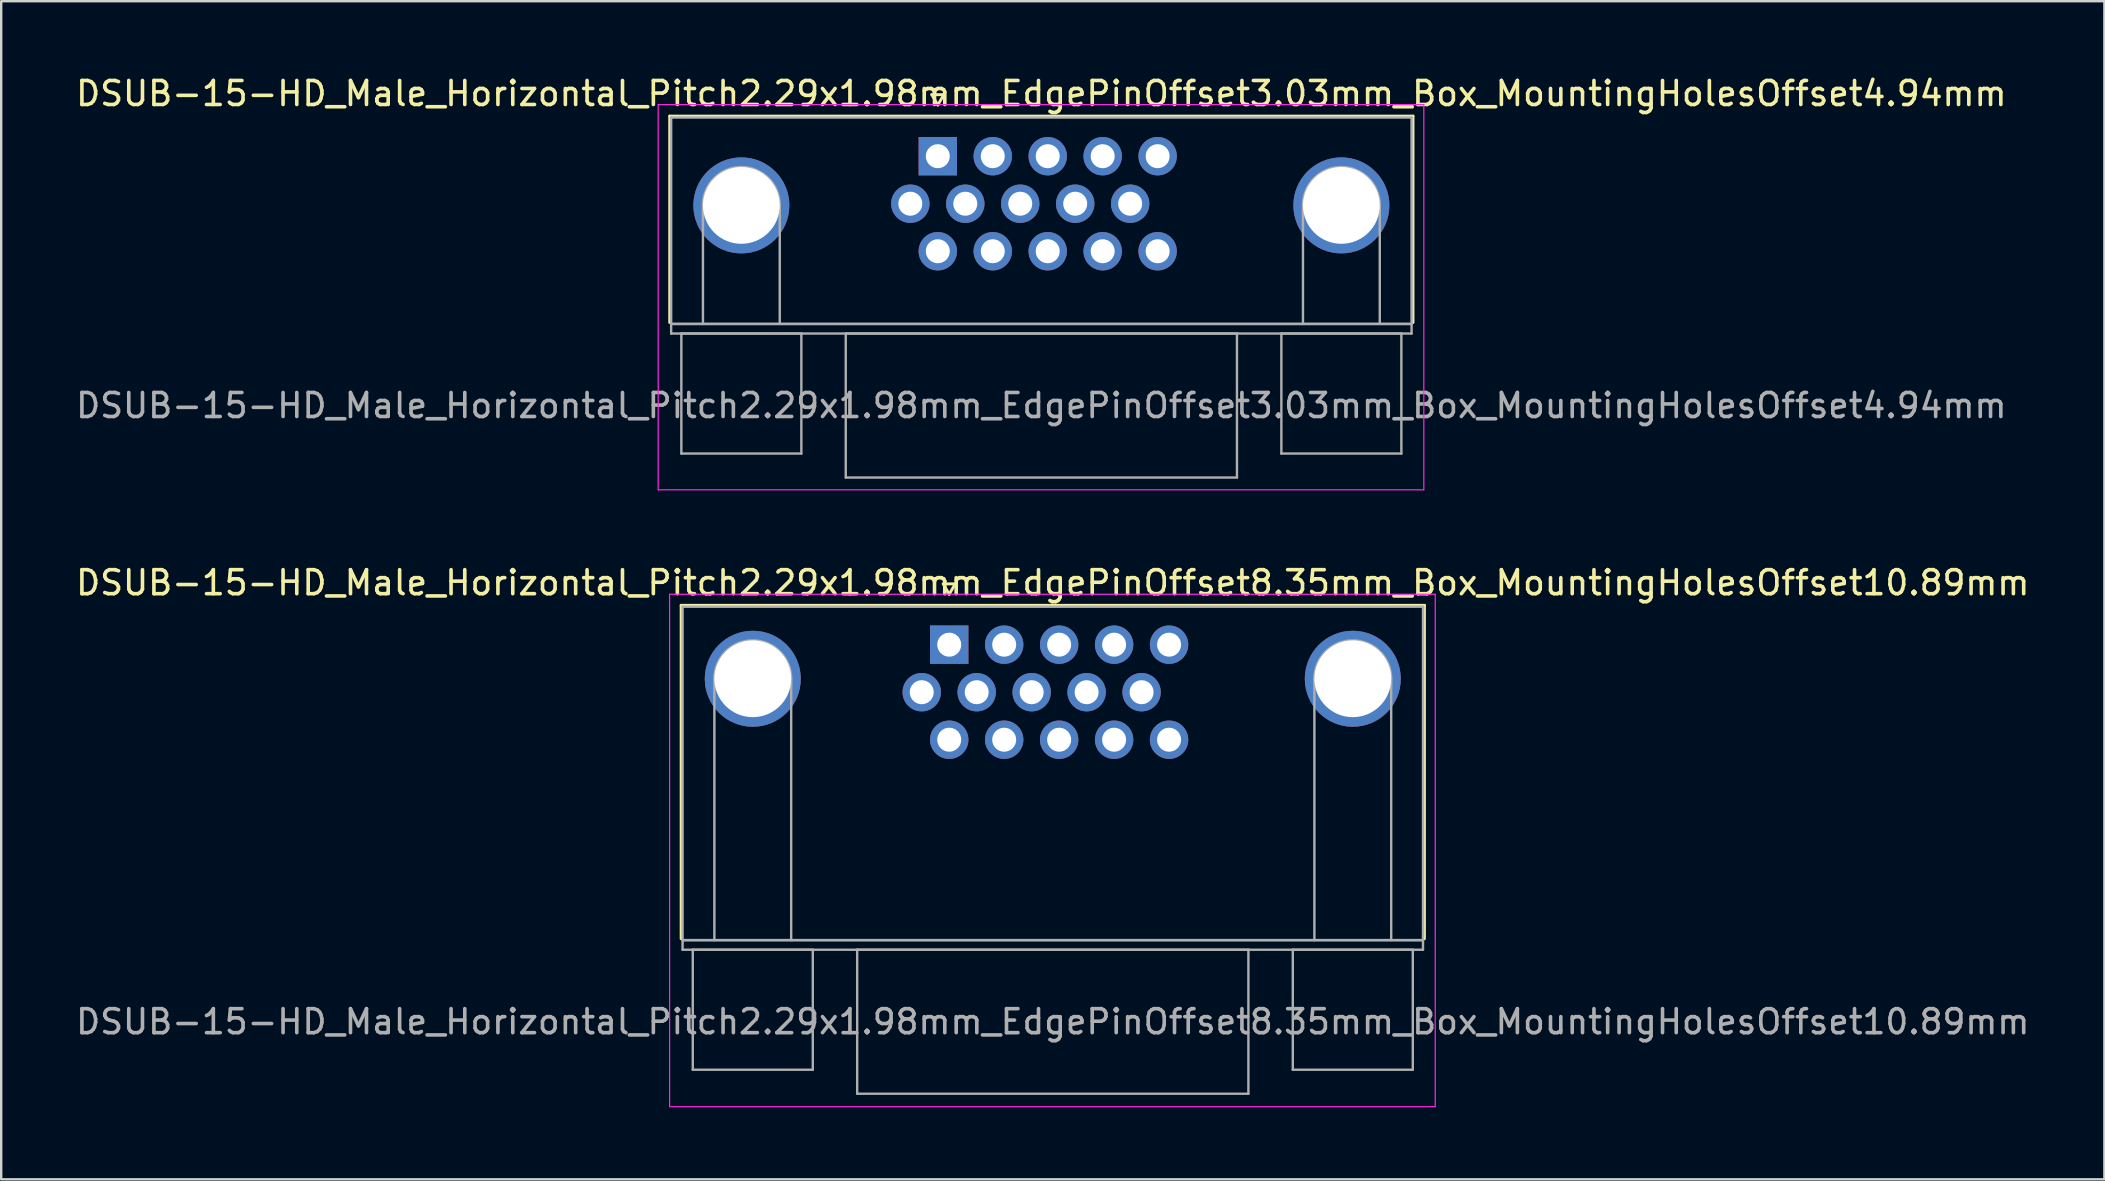
<source format=kicad_pcb>
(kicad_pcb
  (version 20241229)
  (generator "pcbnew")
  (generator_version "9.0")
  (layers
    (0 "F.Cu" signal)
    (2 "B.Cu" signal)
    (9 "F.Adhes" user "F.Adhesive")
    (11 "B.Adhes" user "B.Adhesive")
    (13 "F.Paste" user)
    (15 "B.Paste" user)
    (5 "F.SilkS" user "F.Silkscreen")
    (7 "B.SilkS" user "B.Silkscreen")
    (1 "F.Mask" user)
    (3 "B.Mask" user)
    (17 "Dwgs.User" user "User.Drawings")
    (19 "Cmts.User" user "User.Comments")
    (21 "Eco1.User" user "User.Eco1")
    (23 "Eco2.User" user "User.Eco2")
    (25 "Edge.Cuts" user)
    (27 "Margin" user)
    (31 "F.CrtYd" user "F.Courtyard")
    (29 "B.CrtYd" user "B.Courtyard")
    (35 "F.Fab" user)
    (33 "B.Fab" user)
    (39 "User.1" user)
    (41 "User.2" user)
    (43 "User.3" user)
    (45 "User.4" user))
  (footprint "DSUB-15-HD_Male_Horizontal_Pitch2.29x1.98mm_EdgePinOffset8.35mm_Box_MountingHolesOffset10.89mm"
    (layer "F.Cu")
    (at 36.5 23.811)
    (property "Reference" "DSUB-15-HD_Male_Horizontal_Pitch2.29x1.98mm_EdgePinOffset8.35mm_Box_MountingHolesOffset10.89mm" (at 4.315 -2.58 0) (layer "F.SilkS") (effects (font (size 1 1) (thickness 0.15))))
    (attr through_hole)
    (fp_line (start -11.17 -1.64) (end 19.8 -1.64) (stroke (width 0.12) (type solid)) (layer "F.SilkS"))
    (fp_line (start -11.17 12.25) (end -11.17 -1.64) (stroke (width 0.12) (type solid)) (layer "F.SilkS"))
    (fp_line (start -0.25 -2.534) (end 0.25 -2.534) (stroke (width 0.12) (type solid)) (layer "F.SilkS"))
    (fp_line (start 0 -2.101) (end -0.25 -2.534) (stroke (width 0.12) (type solid)) (layer "F.SilkS"))
    (fp_line (start 0.25 -2.534) (end 0 -2.101) (stroke (width 0.12) (type solid)) (layer "F.SilkS"))
    (fp_line (start 19.8 -1.64) (end 19.8 12.25) (stroke (width 0.12) (type solid)) (layer "F.SilkS"))
    (fp_line (start -11.65 -2.1) (end -11.65 19.25) (stroke (width 0.05) (type solid)) (layer "F.CrtYd"))
    (fp_line (start -11.65 19.25) (end 20.25 19.25) (stroke (width 0.05) (type solid)) (layer "F.CrtYd"))
    (fp_line (start 20.25 -2.1) (end -11.65 -2.1) (stroke (width 0.05) (type solid)) (layer "F.CrtYd"))
    (fp_line (start 20.25 19.25) (end 20.25 -2.1) (stroke (width 0.05) (type solid)) (layer "F.CrtYd"))
    (fp_line (start -11.11 -1.58) (end -11.11 12.31) (stroke (width 0.1) (type solid)) (layer "F.Fab"))
    (fp_line (start -11.11 12.31) (end -11.11 12.71) (stroke (width 0.1) (type solid)) (layer "F.Fab"))
    (fp_line (start -11.11 12.31) (end 19.74 12.31) (stroke (width 0.1) (type solid)) (layer "F.Fab"))
    (fp_line (start -11.11 12.71) (end 19.74 12.71) (stroke (width 0.1) (type solid)) (layer "F.Fab"))
    (fp_line (start -10.685 12.71) (end -10.685 17.71) (stroke (width 0.1) (type solid)) (layer "F.Fab"))
    (fp_line (start -10.685 17.71) (end -5.685 17.71) (stroke (width 0.1) (type solid)) (layer "F.Fab"))
    (fp_line (start -9.785 12.31) (end -9.785 1.42) (stroke (width 0.1) (type solid)) (layer "F.Fab"))
    (fp_line (start -6.585 12.31) (end -6.585 1.42) (stroke (width 0.1) (type solid)) (layer "F.Fab"))
    (fp_line (start -5.685 12.71) (end -10.685 12.71) (stroke (width 0.1) (type solid)) (layer "F.Fab"))
    (fp_line (start -5.685 17.71) (end -5.685 12.71) (stroke (width 0.1) (type solid)) (layer "F.Fab"))
    (fp_line (start -3.835 12.71) (end -3.835 18.71) (stroke (width 0.1) (type solid)) (layer "F.Fab"))
    (fp_line (start -3.835 18.71) (end 12.465 18.71) (stroke (width 0.1) (type solid)) (layer "F.Fab"))
    (fp_line (start 12.465 12.71) (end -3.835 12.71) (stroke (width 0.1) (type solid)) (layer "F.Fab"))
    (fp_line (start 12.465 18.71) (end 12.465 12.71) (stroke (width 0.1) (type solid)) (layer "F.Fab"))
    (fp_line (start 14.315 12.71) (end 14.315 17.71) (stroke (width 0.1) (type solid)) (layer "F.Fab"))
    (fp_line (start 14.315 17.71) (end 19.315 17.71) (stroke (width 0.1) (type solid)) (layer "F.Fab"))
    (fp_line (start 15.215 12.31) (end 15.215 1.42) (stroke (width 0.1) (type solid)) (layer "F.Fab"))
    (fp_line (start 18.415 12.31) (end 18.415 1.42) (stroke (width 0.1) (type solid)) (layer "F.Fab"))
    (fp_line (start 19.315 12.71) (end 14.315 12.71) (stroke (width 0.1) (type solid)) (layer "F.Fab"))
    (fp_line (start 19.315 17.71) (end 19.315 12.71) (stroke (width 0.1) (type solid)) (layer "F.Fab"))
    (fp_line (start 19.74 -1.58) (end -11.11 -1.58) (stroke (width 0.1) (type solid)) (layer "F.Fab"))
    (fp_line (start 19.74 12.31) (end -11.11 12.31) (stroke (width 0.1) (type solid)) (layer "F.Fab"))
    (fp_line (start 19.74 12.31) (end 19.74 -1.58) (stroke (width 0.1) (type solid)) (layer "F.Fab"))
    (fp_line (start 19.74 12.71) (end 19.74 12.31) (stroke (width 0.1) (type solid)) (layer "F.Fab"))
    (fp_arc (start -9.785 1.42) (mid -8.185 -0.18) (end -6.585 1.42) (stroke (width 0.1) (type solid)) (layer "F.Fab"))
    (fp_arc (start 15.215 1.42) (mid 16.815 -0.18) (end 18.415 1.42) (stroke (width 0.1) (type solid)) (layer "F.Fab"))
    (fp_text user "${REFERENCE}" (at 4.315 15.71 0) (layer "F.Fab") (effects (font (size 1 1) (thickness 0.15))))
    (pad "0" thru_hole circle (at -8.185 1.42) (size 4 4) (drill 3.2) (layers "*.Cu" "*.Mask"))
    (pad "0" thru_hole circle (at 16.815 1.42) (size 4 4) (drill 3.2) (layers "*.Cu" "*.Mask"))
    (pad "1" thru_hole rect (at 0 0) (size 1.6 1.6) (drill 1) (layers "*.Cu" "*.Mask"))
    (pad "2" thru_hole circle (at 2.29 0) (size 1.6 1.6) (drill 1) (layers "*.Cu" "*.Mask"))
    (pad "3" thru_hole circle (at 4.58 0) (size 1.6 1.6) (drill 1) (layers "*.Cu" "*.Mask"))
    (pad "4" thru_hole circle (at 6.87 0) (size 1.6 1.6) (drill 1) (layers "*.Cu" "*.Mask"))
    (pad "5" thru_hole circle (at 9.16 0) (size 1.6 1.6) (drill 1) (layers "*.Cu" "*.Mask"))
    (pad "6" thru_hole circle (at -1.145 1.98) (size 1.6 1.6) (drill 1) (layers "*.Cu" "*.Mask"))
    (pad "7" thru_hole circle (at 1.145 1.98) (size 1.6 1.6) (drill 1) (layers "*.Cu" "*.Mask"))
    (pad "8" thru_hole circle (at 3.435 1.98) (size 1.6 1.6) (drill 1) (layers "*.Cu" "*.Mask"))
    (pad "9" thru_hole circle (at 5.725 1.98) (size 1.6 1.6) (drill 1) (layers "*.Cu" "*.Mask"))
    (pad "10" thru_hole circle (at 8.015 1.98) (size 1.6 1.6) (drill 1) (layers "*.Cu" "*.Mask"))
    (pad "11" thru_hole circle (at 0 3.96) (size 1.6 1.6) (drill 1) (layers "*.Cu" "*.Mask"))
    (pad "12" thru_hole circle (at 2.29 3.96) (size 1.6 1.6) (drill 1) (layers "*.Cu" "*.Mask"))
    (pad "13" thru_hole circle (at 4.58 3.96) (size 1.6 1.6) (drill 1) (layers "*.Cu" "*.Mask"))
    (pad "14" thru_hole circle (at 6.87 3.96) (size 1.6 1.6) (drill 1) (layers "*.Cu" "*.Mask"))
    (pad "15" thru_hole circle (at 9.16 3.96) (size 1.6 1.6) (drill 1) (layers "*.Cu" "*.Mask")))
  (footprint "DSUB-15-HD_Male_Horizontal_Pitch2.29x1.98mm_EdgePinOffset3.03mm_Box_MountingHolesOffset4.94mm"
    (layer "F.Cu")
    (at 36.024 3.458)
    (property "Reference" "DSUB-15-HD_Male_Horizontal_Pitch2.29x1.98mm_EdgePinOffset3.03mm_Box_MountingHolesOffset4.94mm" (at 4.315 -2.61 0) (layer "F.SilkS") (effects (font (size 1 1) (thickness 0.15))))
    (attr through_hole)
    (fp_line (start -11.17 -1.67) (end 19.8 -1.67) (stroke (width 0.12) (type solid)) (layer "F.SilkS"))
    (fp_line (start -11.17 6.93) (end -11.17 -1.67) (stroke (width 0.12) (type solid)) (layer "F.SilkS"))
    (fp_line (start -0.25 -2.564) (end 0.25 -2.564) (stroke (width 0.12) (type solid)) (layer "F.SilkS"))
    (fp_line (start 0 -2.131) (end -0.25 -2.564) (stroke (width 0.12) (type solid)) (layer "F.SilkS"))
    (fp_line (start 0.25 -2.564) (end 0 -2.131) (stroke (width 0.12) (type solid)) (layer "F.SilkS"))
    (fp_line (start 19.8 -1.67) (end 19.8 6.93) (stroke (width 0.12) (type solid)) (layer "F.SilkS"))
    (fp_line (start -11.65 -2.15) (end -11.65 13.9) (stroke (width 0.05) (type solid)) (layer "F.CrtYd"))
    (fp_line (start -11.65 13.9) (end 20.25 13.9) (stroke (width 0.05) (type solid)) (layer "F.CrtYd"))
    (fp_line (start 20.25 -2.15) (end -11.65 -2.15) (stroke (width 0.05) (type solid)) (layer "F.CrtYd"))
    (fp_line (start 20.25 13.9) (end 20.25 -2.15) (stroke (width 0.05) (type solid)) (layer "F.CrtYd"))
    (fp_line (start -11.11 -1.61) (end -11.11 6.99) (stroke (width 0.1) (type solid)) (layer "F.Fab"))
    (fp_line (start -11.11 6.99) (end -11.11 7.39) (stroke (width 0.1) (type solid)) (layer "F.Fab"))
    (fp_line (start -11.11 6.99) (end 19.74 6.99) (stroke (width 0.1) (type solid)) (layer "F.Fab"))
    (fp_line (start -11.11 7.39) (end 19.74 7.39) (stroke (width 0.1) (type solid)) (layer "F.Fab"))
    (fp_line (start -10.685 7.39) (end -10.685 12.39) (stroke (width 0.1) (type solid)) (layer "F.Fab"))
    (fp_line (start -10.685 12.39) (end -5.685 12.39) (stroke (width 0.1) (type solid)) (layer "F.Fab"))
    (fp_line (start -9.785 6.99) (end -9.785 2.05) (stroke (width 0.1) (type solid)) (layer "F.Fab"))
    (fp_line (start -6.585 6.99) (end -6.585 2.05) (stroke (width 0.1) (type solid)) (layer "F.Fab"))
    (fp_line (start -5.685 7.39) (end -10.685 7.39) (stroke (width 0.1) (type solid)) (layer "F.Fab"))
    (fp_line (start -5.685 12.39) (end -5.685 7.39) (stroke (width 0.1) (type solid)) (layer "F.Fab"))
    (fp_line (start -3.835 7.39) (end -3.835 13.39) (stroke (width 0.1) (type solid)) (layer "F.Fab"))
    (fp_line (start -3.835 13.39) (end 12.465 13.39) (stroke (width 0.1) (type solid)) (layer "F.Fab"))
    (fp_line (start 12.465 7.39) (end -3.835 7.39) (stroke (width 0.1) (type solid)) (layer "F.Fab"))
    (fp_line (start 12.465 13.39) (end 12.465 7.39) (stroke (width 0.1) (type solid)) (layer "F.Fab"))
    (fp_line (start 14.315 7.39) (end 14.315 12.39) (stroke (width 0.1) (type solid)) (layer "F.Fab"))
    (fp_line (start 14.315 12.39) (end 19.315 12.39) (stroke (width 0.1) (type solid)) (layer "F.Fab"))
    (fp_line (start 15.215 6.99) (end 15.215 2.05) (stroke (width 0.1) (type solid)) (layer "F.Fab"))
    (fp_line (start 18.415 6.99) (end 18.415 2.05) (stroke (width 0.1) (type solid)) (layer "F.Fab"))
    (fp_line (start 19.315 7.39) (end 14.315 7.39) (stroke (width 0.1) (type solid)) (layer "F.Fab"))
    (fp_line (start 19.315 12.39) (end 19.315 7.39) (stroke (width 0.1) (type solid)) (layer "F.Fab"))
    (fp_line (start 19.74 -1.61) (end -11.11 -1.61) (stroke (width 0.1) (type solid)) (layer "F.Fab"))
    (fp_line (start 19.74 6.99) (end -11.11 6.99) (stroke (width 0.1) (type solid)) (layer "F.Fab"))
    (fp_line (start 19.74 6.99) (end 19.74 -1.61) (stroke (width 0.1) (type solid)) (layer "F.Fab"))
    (fp_line (start 19.74 7.39) (end 19.74 6.99) (stroke (width 0.1) (type solid)) (layer "F.Fab"))
    (fp_arc (start -9.785 2.05) (mid -8.185 0.45) (end -6.585 2.05) (stroke (width 0.1) (type solid)) (layer "F.Fab"))
    (fp_arc (start 15.215 2.05) (mid 16.815 0.45) (end 18.415 2.05) (stroke (width 0.1) (type solid)) (layer "F.Fab"))
    (fp_text user "${REFERENCE}" (at 4.315 10.39 0) (layer "F.Fab") (effects (font (size 1 1) (thickness 0.15))))
    (pad "0" thru_hole circle (at -8.185 2.05) (size 4 4) (drill 3.2) (layers "*.Cu" "*.Mask"))
    (pad "0" thru_hole circle (at 16.815 2.05) (size 4 4) (drill 3.2) (layers "*.Cu" "*.Mask"))
    (pad "1" thru_hole rect (at 0 0) (size 1.6 1.6) (drill 1) (layers "*.Cu" "*.Mask"))
    (pad "2" thru_hole circle (at 2.29 0) (size 1.6 1.6) (drill 1) (layers "*.Cu" "*.Mask"))
    (pad "3" thru_hole circle (at 4.58 0) (size 1.6 1.6) (drill 1) (layers "*.Cu" "*.Mask"))
    (pad "4" thru_hole circle (at 6.87 0) (size 1.6 1.6) (drill 1) (layers "*.Cu" "*.Mask"))
    (pad "5" thru_hole circle (at 9.16 0) (size 1.6 1.6) (drill 1) (layers "*.Cu" "*.Mask"))
    (pad "6" thru_hole circle (at -1.145 1.98) (size 1.6 1.6) (drill 1) (layers "*.Cu" "*.Mask"))
    (pad "7" thru_hole circle (at 1.145 1.98) (size 1.6 1.6) (drill 1) (layers "*.Cu" "*.Mask"))
    (pad "8" thru_hole circle (at 3.435 1.98) (size 1.6 1.6) (drill 1) (layers "*.Cu" "*.Mask"))
    (pad "9" thru_hole circle (at 5.725 1.98) (size 1.6 1.6) (drill 1) (layers "*.Cu" "*.Mask"))
    (pad "10" thru_hole circle (at 8.015 1.98) (size 1.6 1.6) (drill 1) (layers "*.Cu" "*.Mask"))
    (pad "11" thru_hole circle (at 0 3.96) (size 1.6 1.6) (drill 1) (layers "*.Cu" "*.Mask"))
    (pad "12" thru_hole circle (at 2.29 3.96) (size 1.6 1.6) (drill 1) (layers "*.Cu" "*.Mask"))
    (pad "13" thru_hole circle (at 4.58 3.96) (size 1.6 1.6) (drill 1) (layers "*.Cu" "*.Mask"))
    (pad "14" thru_hole circle (at 6.87 3.96) (size 1.6 1.6) (drill 1) (layers "*.Cu" "*.Mask"))
    (pad "15" thru_hole circle (at 9.16 3.96) (size 1.6 1.6) (drill 1) (layers "*.Cu" "*.Mask")))
  (gr_rect
    (start -3 -3)
    (end 84.631 46.087)
    (stroke (width 0.1) (type default))
    (fill no)
    (layer "Edge.Cuts")))
</source>
